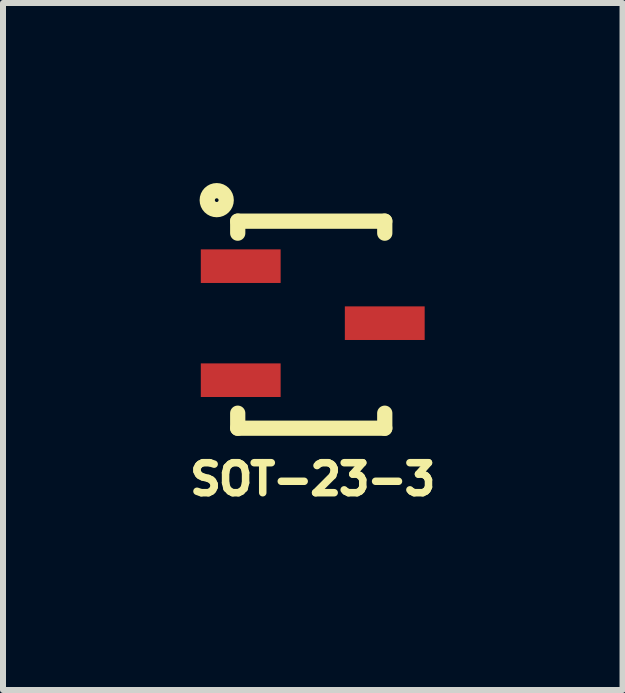
<source format=kicad_pcb>
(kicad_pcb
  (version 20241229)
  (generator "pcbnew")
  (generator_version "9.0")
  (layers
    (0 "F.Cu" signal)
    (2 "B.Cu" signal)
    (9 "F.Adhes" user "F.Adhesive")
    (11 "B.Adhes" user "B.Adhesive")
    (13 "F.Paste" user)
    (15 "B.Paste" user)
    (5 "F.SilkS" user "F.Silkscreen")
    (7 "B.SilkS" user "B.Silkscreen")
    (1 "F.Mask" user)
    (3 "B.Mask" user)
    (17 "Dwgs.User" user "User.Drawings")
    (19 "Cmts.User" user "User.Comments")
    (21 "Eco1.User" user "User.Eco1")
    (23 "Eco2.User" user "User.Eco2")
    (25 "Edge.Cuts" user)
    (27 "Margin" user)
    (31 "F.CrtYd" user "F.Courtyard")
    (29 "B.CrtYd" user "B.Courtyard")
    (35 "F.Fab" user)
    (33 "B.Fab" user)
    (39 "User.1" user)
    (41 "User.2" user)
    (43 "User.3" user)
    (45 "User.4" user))
  (footprint "SOT-23-3"
    (layer "F.Cu")
    (at 2.161 2.335)
    (property "Reference" "SOT-23-3" (at 0 2.6 0) (layer "F.SilkS") (effects (font (size 0.5 0.5) (thickness 0.125))))
    (attr smd)
    (fp_line (start -1.25 -1.7) (end 1.2 -1.7) (stroke (width 0.254) (type solid)) (layer "F.SilkS"))
    (fp_line (start -1.25 -1.5) (end -1.25 -1.7) (stroke (width 0.254) (type solid)) (layer "F.SilkS"))
    (fp_line (start -1.25 1.5) (end -1.25 1.75) (stroke (width 0.254) (type solid)) (layer "F.SilkS"))
    (fp_line (start -1.25 1.75) (end 1.2 1.75) (stroke (width 0.254) (type solid)) (layer "F.SilkS"))
    (fp_line (start 1.2 -1.7) (end 1.2 -1.5) (stroke (width 0.254) (type solid)) (layer "F.SilkS"))
    (fp_line (start 1.2 1.75) (end 1.2 1.5) (stroke (width 0.254) (type solid)) (layer "F.SilkS"))
    (fp_circle (center -1.6 -2.05) (end -1.75 -2) (stroke (width 0.254) (type solid)) (fill no) (layer "F.SilkS"))
    (pad "1" smd rect (at -1.2 -0.95) (size 1.33 0.56) (layers "F.Cu" "F.Mask" "F.Paste"))
    (pad "2" smd rect (at -1.2 0.95) (size 1.33 0.56) (layers "F.Cu" "F.Mask" "F.Paste"))
    (pad "3" smd rect (at 1.2 0) (size 1.33 0.56) (layers "F.Cu" "F.Mask" "F.Paste")))
  (gr_rect
    (start -3 -3)
    (end 7.323 8.447)
    (stroke (width 0.1) (type default))
    (fill no)
    (layer "Edge.Cuts")))
</source>
